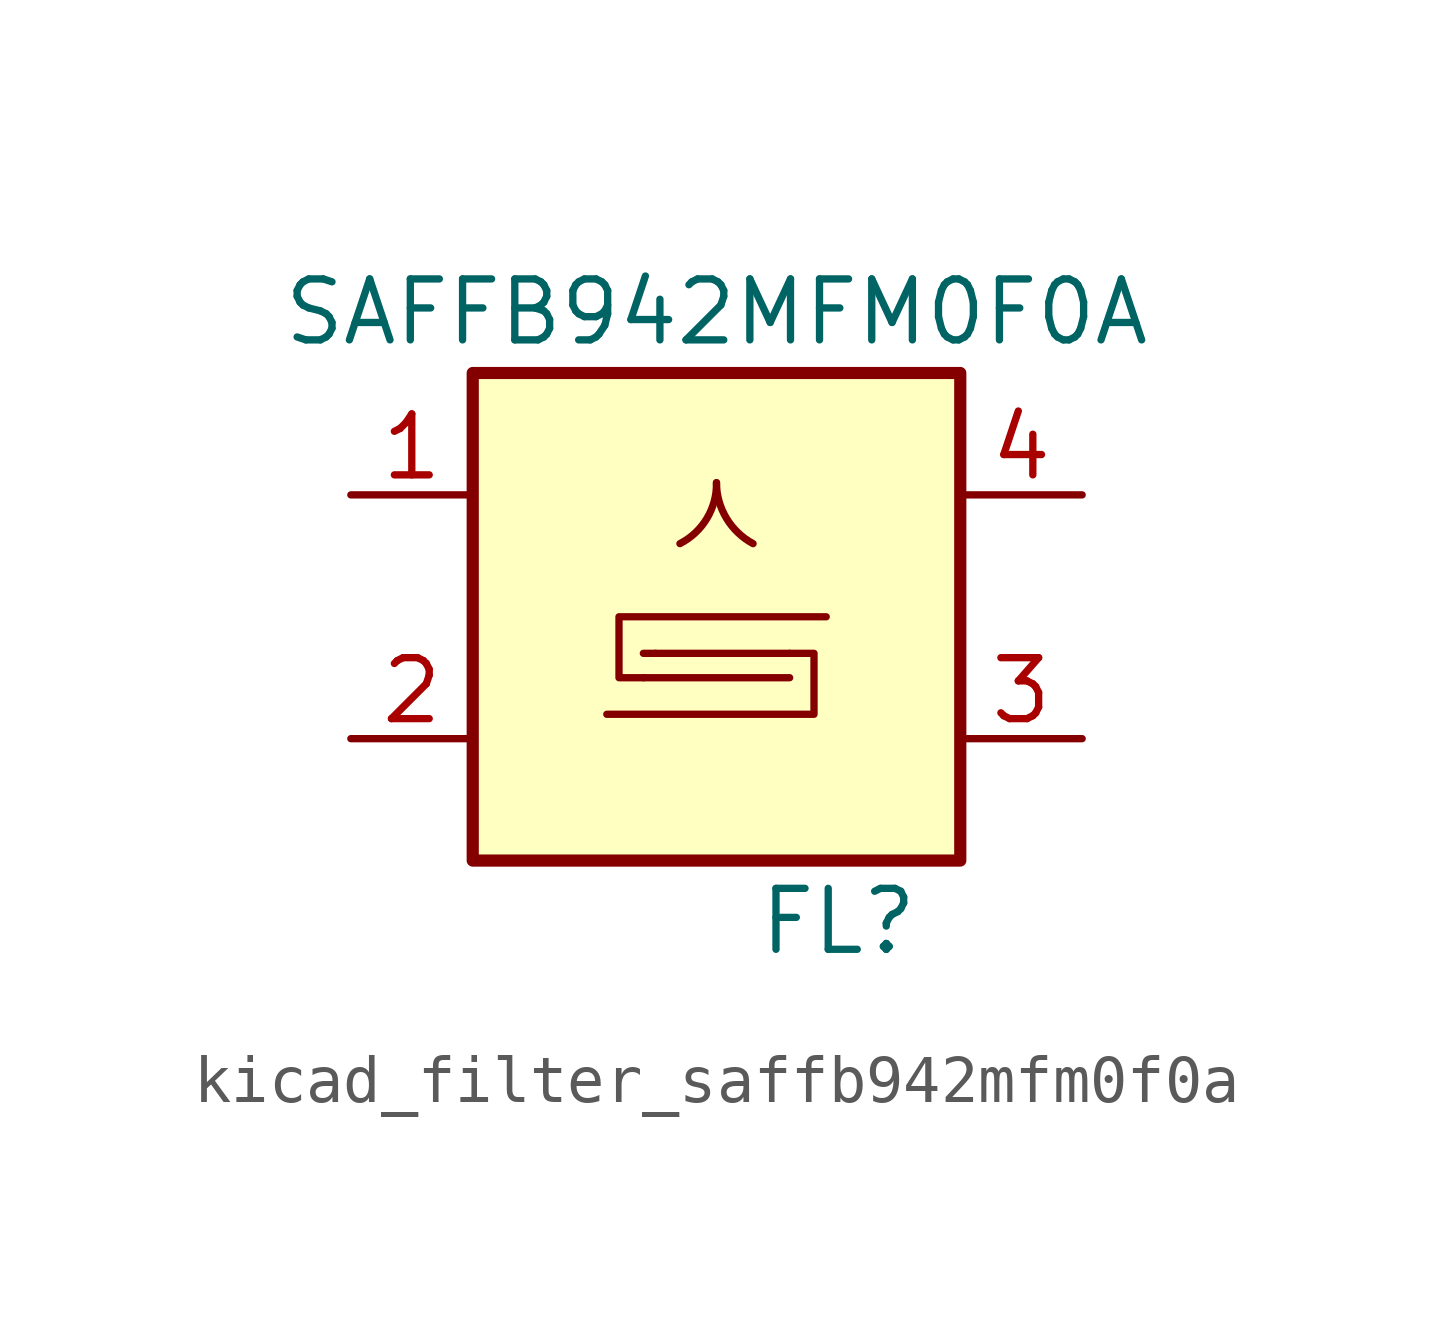
<source format=kicad_sym>
(kicad_symbol_lib
  (version 20220914)
  (generator kicad_symbol_editor)
  (symbol "kicad_filter_saffb942mfm0f0a"
    (pin_names
      (offset 1.016))
    (property "Reference" "FL"
      (at 2.54 -6.35 0)
      (effects (font (size 1.27 1.27))))
    (property "Value" "SAFFB942MFM0F0A"
      (at 0 6.35 0)
      (effects (font (size 1.27 1.27))))
    (symbol "kicad_filter_saffb942mfm0f0a_0_1"
      (rectangle (start -5.08 5.08) (end 5.08 -5.08) (stroke (width 0.254) (type default)) (fill (type background)))
      (arc (start -0.762 1.524) (mid -0.1988 2.0511) (end 0 2.794) (stroke (width 0) (type default)) (fill (type none)))
      (polyline (pts (xy -1.524 -0.762) (xy -1.27 -0.762)) (stroke (width 0) (type default)) (fill (type none)))
      (polyline (pts (xy 1.524 -1.27) (xy -1.524 -1.27)) (stroke (width 0) (type default)) (fill (type none)))
      (polyline (pts (xy 1.524 -0.762) (xy -1.27 -0.762)) (stroke (width 0) (type default)) (fill (type none)))
      (polyline (pts (xy -1.524 -1.27) (xy -2.032 -1.27) (xy -2.032 0) (xy 2.286 0)) (stroke (width 0) (type default)) (fill (type none)))
      (polyline (pts (xy 1.524 -0.762) (xy 2.032 -0.762) (xy 2.032 -2.032) (xy -2.286 -2.032)) (stroke (width 0) (type default)) (fill (type none)))
      (arc (start 0 2.794) (mid 0.2065 2.0558) (end 0.762 1.524) (stroke (width 0) (type default)) (fill (type none))))
    (symbol "kicad_filter_saffb942mfm0f0a_1_1"
      (pin passive line (at -7.62 2.54 0) (length 2.54) (name "~" (effects (font (size 1.27 1.27)))) (number "1" (effects (font (size 1.27 1.27)))))
      (pin passive line (at -7.62 -2.54 0) (length 2.54) (name "~" (effects (font (size 1.27 1.27)))) (number "2" (effects (font (size 1.27 1.27)))))
      (pin passive line (at 7.62 -2.54 180) (length 2.54) (name "~" (effects (font (size 1.27 1.27)))) (number "3" (effects (font (size 1.27 1.27)))))
      (pin passive line (at 7.62 2.54 180) (length 2.54) (name "~" (effects (font (size 1.27 1.27)))) (number "4" (effects (font (size 1.27 1.27)))))
      (pin passive line (at -7.62 -2.54 0) (length 2.54) hide (name "~" (effects (font (size 1.27 1.27)))) (number "5" (effects (font (size 1.27 1.27))))))))
</source>
